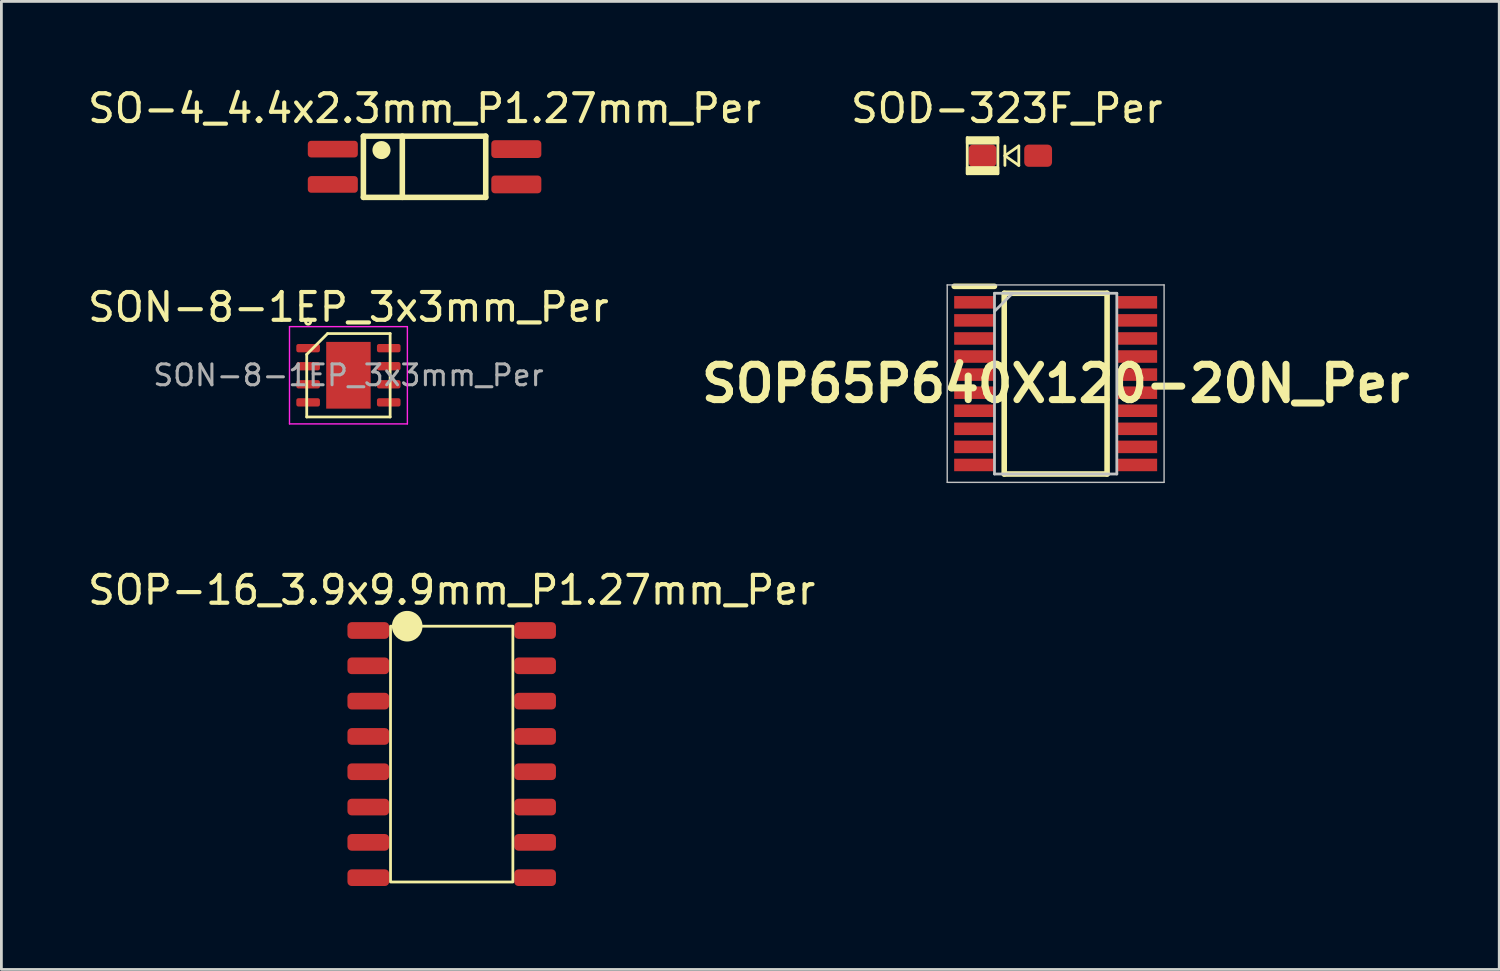
<source format=kicad_pcb>
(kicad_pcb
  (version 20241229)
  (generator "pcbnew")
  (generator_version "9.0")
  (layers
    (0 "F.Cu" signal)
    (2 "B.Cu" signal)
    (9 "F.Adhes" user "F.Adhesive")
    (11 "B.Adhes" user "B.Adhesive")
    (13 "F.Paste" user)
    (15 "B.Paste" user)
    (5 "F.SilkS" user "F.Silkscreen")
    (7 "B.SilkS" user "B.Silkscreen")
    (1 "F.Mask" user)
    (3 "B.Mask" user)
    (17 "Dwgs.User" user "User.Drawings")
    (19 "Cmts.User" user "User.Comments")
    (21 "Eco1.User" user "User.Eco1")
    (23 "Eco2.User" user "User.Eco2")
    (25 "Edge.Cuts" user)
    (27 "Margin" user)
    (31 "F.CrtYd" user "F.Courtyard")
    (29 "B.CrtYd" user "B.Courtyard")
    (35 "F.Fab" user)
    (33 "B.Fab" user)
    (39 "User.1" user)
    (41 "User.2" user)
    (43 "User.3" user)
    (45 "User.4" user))
  (footprint "SOP65P640X120-20N_Per"
    (layer "F.Cu")
    (at 34.918 10.748)
    (property "Reference" "SOP65P640X120-20N_Per" (at 0 0 0) (layer "F.SilkS") (effects (font (size 1.27 1.27) (thickness 0.254))))
    (attr smd)
    (fp_line (start -3.65 -3.5) (end -2.2 -3.5) (stroke (width 0.2) (type solid)) (layer "F.SilkS"))
    (fp_line (start -1.85 -3.25) (end 1.85 -3.25) (stroke (width 0.2) (type solid)) (layer "F.SilkS"))
    (fp_line (start -1.85 3.25) (end -1.85 -3.25) (stroke (width 0.2) (type solid)) (layer "F.SilkS"))
    (fp_line (start 1.85 -3.25) (end 1.85 3.25) (stroke (width 0.2) (type solid)) (layer "F.SilkS"))
    (fp_line (start 1.85 3.25) (end -1.85 3.25) (stroke (width 0.2) (type solid)) (layer "F.SilkS"))
    (fp_line (start -3.9 -3.55) (end 3.9 -3.55) (stroke (width 0.05) (type solid)) (layer "Dwgs.User"))
    (fp_line (start -3.9 3.55) (end -3.9 -3.55) (stroke (width 0.05) (type solid)) (layer "Dwgs.User"))
    (fp_line (start -2.2 -3.25) (end 2.2 -3.25) (stroke (width 0.1) (type solid)) (layer "Dwgs.User"))
    (fp_line (start -2.2 -2.6) (end -1.55 -3.25) (stroke (width 0.1) (type solid)) (layer "Dwgs.User"))
    (fp_line (start -2.2 3.25) (end -2.2 -3.25) (stroke (width 0.1) (type solid)) (layer "Dwgs.User"))
    (fp_line (start 2.2 -3.25) (end 2.2 3.25) (stroke (width 0.1) (type solid)) (layer "Dwgs.User"))
    (fp_line (start 2.2 3.25) (end -2.2 3.25) (stroke (width 0.1) (type solid)) (layer "Dwgs.User"))
    (fp_line (start 3.9 -3.55) (end 3.9 3.55) (stroke (width 0.05) (type solid)) (layer "Dwgs.User"))
    (fp_line (start 3.9 3.55) (end -3.9 3.55) (stroke (width 0.05) (type solid)) (layer "Dwgs.User"))
    (pad "1" smd rect (at -2.925 -2.925 90) (size 0.45 1.45) (layers "F.Cu" "F.Mask" "F.Paste"))
    (pad "2" smd rect (at -2.925 -2.275 90) (size 0.45 1.45) (layers "F.Cu" "F.Mask" "F.Paste"))
    (pad "3" smd rect (at -2.925 -1.625 90) (size 0.45 1.45) (layers "F.Cu" "F.Mask" "F.Paste"))
    (pad "4" smd rect (at -2.925 -0.975 90) (size 0.45 1.45) (layers "F.Cu" "F.Mask" "F.Paste"))
    (pad "5" smd rect (at -2.925 -0.325 90) (size 0.45 1.45) (layers "F.Cu" "F.Mask" "F.Paste"))
    (pad "6" smd rect (at -2.925 0.325 90) (size 0.45 1.45) (layers "F.Cu" "F.Mask" "F.Paste"))
    (pad "7" smd rect (at -2.925 0.975 90) (size 0.45 1.45) (layers "F.Cu" "F.Mask" "F.Paste"))
    (pad "8" smd rect (at -2.925 1.625 90) (size 0.45 1.45) (layers "F.Cu" "F.Mask" "F.Paste"))
    (pad "9" smd rect (at -2.925 2.275 90) (size 0.45 1.45) (layers "F.Cu" "F.Mask" "F.Paste"))
    (pad "10" smd rect (at -2.925 2.925 90) (size 0.45 1.45) (layers "F.Cu" "F.Mask" "F.Paste"))
    (pad "11" smd rect (at 2.925 2.925 90) (size 0.45 1.45) (layers "F.Cu" "F.Mask" "F.Paste"))
    (pad "12" smd rect (at 2.925 2.275 90) (size 0.45 1.45) (layers "F.Cu" "F.Mask" "F.Paste"))
    (pad "13" smd rect (at 2.925 1.625 90) (size 0.45 1.45) (layers "F.Cu" "F.Mask" "F.Paste"))
    (pad "14" smd rect (at 2.925 0.975 90) (size 0.45 1.45) (layers "F.Cu" "F.Mask" "F.Paste"))
    (pad "15" smd rect (at 2.925 0.325 90) (size 0.45 1.45) (layers "F.Cu" "F.Mask" "F.Paste"))
    (pad "16" smd rect (at 2.925 -0.325 90) (size 0.45 1.45) (layers "F.Cu" "F.Mask" "F.Paste"))
    (pad "17" smd rect (at 2.925 -0.975 90) (size 0.45 1.45) (layers "F.Cu" "F.Mask" "F.Paste"))
    (pad "18" smd rect (at 2.925 -1.625 90) (size 0.45 1.45) (layers "F.Cu" "F.Mask" "F.Paste"))
    (pad "19" smd rect (at 2.925 -2.275 90) (size 0.45 1.45) (layers "F.Cu" "F.Mask" "F.Paste"))
    (pad "20" smd rect (at 2.925 -2.925 90) (size 0.45 1.45) (layers "F.Cu" "F.Mask" "F.Paste")))
  (footprint "SOD-323F_Per"
    (layer "F.Cu")
    (at 33.288 2.55)
    (property "Reference" "SOD-323F_Per" (at -0.127 -1.702 0) (unlocked yes) (layer "F.SilkS") (effects (font (size 1 1) (thickness 0.15))))
    (attr smd)
    (fp_line (start -1.55 -0.649) (end -1.55 0.649) (stroke (width 0.1) (type solid)) (layer "F.SilkS"))
    (fp_line (start -0.448 -0.649) (end -0.448 0.649) (stroke (width 0.1) (type solid)) (layer "F.SilkS"))
    (fp_line (start -0.195 -0.35) (end -0.195 0.35) (stroke (width 0.1) (type solid)) (layer "F.SilkS"))
    (fp_line (start -0.195 0) (end 0.305 -0.35) (stroke (width 0.1) (type solid)) (layer "F.SilkS"))
    (fp_line (start 0.305 -0.35) (end 0.305 0.35) (stroke (width 0.1) (type solid)) (layer "F.SilkS"))
    (fp_line (start 0.305 0.35) (end -0.195 0) (stroke (width 0.1) (type solid)) (layer "F.SilkS"))
    (fp_rect (start -1.55 -0.649) (end -0.448 -0.452) (stroke (width 0.1) (type solid)) (fill yes) (layer "F.SilkS"))
    (fp_rect (start -1.55 0.426) (end -0.448 0.649) (stroke (width 0.1) (type solid)) (fill yes) (layer "F.SilkS"))
    (pad "1" smd roundrect (at -1 0) (size 1 0.8) (layers "F.Cu" "F.Mask" "F.Paste") (roundrect_rratio 0.2))
    (pad "2" smd roundrect (at 1 0) (size 1 0.8) (layers "F.Cu" "F.Mask" "F.Paste") (roundrect_rratio 0.2)))
  (footprint "SOP-16_3.9x9.9mm_P1.27mm_Per"
    (layer "F.Cu")
    (at 13.196 24.072)
    (property "Reference" "SOP-16_3.9x9.9mm_P1.27mm_Per" (at 0 -5.9 0) (layer "F.SilkS") (effects (font (size 1 1) (thickness 0.15))))
    (attr smd)
    (fp_rect (start -2.2 -4.6) (end 2.2 4.6) (stroke (width 0.1) (type default)) (fill no) (layer "F.SilkS"))
    (fp_circle (center -1.6 -4.6) (end -1.1 -4.6) (stroke (width 0.1) (type solid)) (fill yes) (layer "F.SilkS"))
    (pad "1" smd roundrect (at -3 -4.445) (size 1.5 0.6) (layers "F.Cu" "F.Mask" "F.Paste") (roundrect_rratio 0.25))
    (pad "2" smd roundrect (at -3 -3.175) (size 1.5 0.6) (layers "F.Cu" "F.Mask" "F.Paste") (roundrect_rratio 0.25))
    (pad "3" smd roundrect (at -3 -1.905) (size 1.5 0.6) (layers "F.Cu" "F.Mask" "F.Paste") (roundrect_rratio 0.25))
    (pad "4" smd roundrect (at -3 -0.635) (size 1.5 0.6) (layers "F.Cu" "F.Mask" "F.Paste") (roundrect_rratio 0.25))
    (pad "5" smd roundrect (at -3 0.635) (size 1.5 0.6) (layers "F.Cu" "F.Mask" "F.Paste") (roundrect_rratio 0.25))
    (pad "6" smd roundrect (at -3 1.905) (size 1.5 0.6) (layers "F.Cu" "F.Mask" "F.Paste") (roundrect_rratio 0.25))
    (pad "7" smd roundrect (at -3 3.175) (size 1.5 0.6) (layers "F.Cu" "F.Mask" "F.Paste") (roundrect_rratio 0.25))
    (pad "8" smd roundrect (at -3 4.445) (size 1.5 0.6) (layers "F.Cu" "F.Mask" "F.Paste") (roundrect_rratio 0.25))
    (pad "9" smd roundrect (at 3 4.445) (size 1.5 0.6) (layers "F.Cu" "F.Mask" "F.Paste") (roundrect_rratio 0.25))
    (pad "10" smd roundrect (at 3 3.175) (size 1.5 0.6) (layers "F.Cu" "F.Mask" "F.Paste") (roundrect_rratio 0.25))
    (pad "11" smd roundrect (at 3 1.905) (size 1.5 0.6) (layers "F.Cu" "F.Mask" "F.Paste") (roundrect_rratio 0.25))
    (pad "12" smd roundrect (at 3 0.635) (size 1.5 0.6) (layers "F.Cu" "F.Mask" "F.Paste") (roundrect_rratio 0.25))
    (pad "13" smd roundrect (at 3 -0.635) (size 1.5 0.6) (layers "F.Cu" "F.Mask" "F.Paste") (roundrect_rratio 0.25))
    (pad "14" smd roundrect (at 3 -1.905) (size 1.5 0.6) (layers "F.Cu" "F.Mask" "F.Paste") (roundrect_rratio 0.25))
    (pad "15" smd roundrect (at 3 -3.175) (size 1.5 0.6) (layers "F.Cu" "F.Mask" "F.Paste") (roundrect_rratio 0.25))
    (pad "16" smd roundrect (at 3 -4.445) (size 1.5 0.6) (layers "F.Cu" "F.Mask" "F.Paste") (roundrect_rratio 0.25)))
  (footprint "SO-4_4.4x2.3mm_P1.27mm_Per"
    (layer "F.Cu")
    (at 12.22 2.948)
    (property "Reference" "SO-4_4.4x2.3mm_P1.27mm_Per" (at 0 -2.1 0) (layer "F.SilkS") (effects (font (size 1 1) (thickness 0.15))))
    (attr smd)
    (fp_line (start -2.2 1.1) (end -2.2 -1.1) (stroke (width 0.2) (type solid)) (layer "F.SilkS"))
    (fp_line (start -0.8 1.1) (end -0.8 -1.1) (stroke (width 0.2) (type solid)) (layer "F.SilkS"))
    (fp_line (start 2.2 -1.1) (end -2.2 -1.1) (stroke (width 0.2) (type solid)) (layer "F.SilkS"))
    (fp_line (start 2.2 1.1) (end -2.2 1.1) (stroke (width 0.2) (type solid)) (layer "F.SilkS"))
    (fp_line (start 2.2 1.1) (end 2.2 -1.1) (stroke (width 0.2) (type solid)) (layer "F.SilkS"))
    (fp_circle (center -1.55 -0.6) (end -1.35 -0.6) (stroke (width 0.25) (type solid)) (fill yes) (layer "F.SilkS"))
    (fp_line (start 0 0.5) (end 0 -0.5) (stroke (width 0.1) (type solid)) (layer "User.1"))
    (fp_line (start 0.5 0) (end -0.5 0) (stroke (width 0.1) (type solid)) (layer "User.1"))
    (pad "1" smd roundrect (at -3.3 -0.635) (size 1.8 0.6) (layers "F.Cu" "F.Mask" "F.Paste") (roundrect_rratio 0.2))
    (pad "2" smd roundrect (at -3.3 0.635) (size 1.8 0.6) (layers "F.Cu" "F.Mask" "F.Paste") (roundrect_rratio 0.2))
    (pad "3" smd roundrect (at 3.3 0.635) (size 1.8 0.64) (layers "F.Cu" "F.Mask" "F.Paste") (roundrect_rratio 0.2))
    (pad "4" smd roundrect (at 3.3 -0.635) (size 1.8 0.64) (layers "F.Cu" "F.Mask" "F.Paste") (roundrect_rratio 0.2)))
  (footprint "SON-8-1EP_3x3mm_Per"
    (layer "F.Cu")
    (at 9.482 10.447)
    (property "Reference" "SON-8-1EP_3x3mm_Per" (at 0 -2.45 0) (layer "F.SilkS") (effects (font (size 1 1) (thickness 0.15))))
    (attr smd)
    (fp_line (start -1.5 -0.75) (end -0.75 -1.5) (stroke (width 0.1) (type solid)) (layer "F.SilkS"))
    (fp_line (start -1.5 1.5) (end -1.5 -0.75) (stroke (width 0.1) (type solid)) (layer "F.SilkS"))
    (fp_line (start -0.75 -1.5) (end 1.5 -1.5) (stroke (width 0.1) (type solid)) (layer "F.SilkS"))
    (fp_line (start 1.5 -1.5) (end 1.5 1.5) (stroke (width 0.1) (type solid)) (layer "F.SilkS"))
    (fp_line (start 1.5 1.5) (end -1.5 1.5) (stroke (width 0.1) (type solid)) (layer "F.SilkS"))
    (fp_circle (center -1.45 -1.93) (end -1.43 -1.89) (stroke (width 0.1) (type default)) (fill no) (layer "F.SilkS"))
    (fp_line (start -2.12 -1.75) (end -2.12 1.75) (stroke (width 0.05) (type solid)) (layer "F.CrtYd"))
    (fp_line (start -2.12 1.75) (end 2.12 1.75) (stroke (width 0.05) (type solid)) (layer "F.CrtYd"))
    (fp_line (start 2.12 -1.75) (end -2.12 -1.75) (stroke (width 0.05) (type solid)) (layer "F.CrtYd"))
    (fp_line (start 2.12 1.75) (end 2.12 -1.75) (stroke (width 0.05) (type solid)) (layer "F.CrtYd"))
    (fp_text user "${REFERENCE}" (at 0 0 0) (layer "F.Fab") (effects (font (size 0.75 0.75) (thickness 0.11))))
    (pad "" smd roundrect (at -0.4 -0.6) (size 0.64 0.97) (layers "F.Paste") (roundrect_rratio 0.25))
    (pad "" smd roundrect (at -0.4 0.6) (size 0.64 0.97) (layers "F.Paste") (roundrect_rratio 0.25))
    (pad "" smd roundrect (at 0.4 -0.6) (size 0.64 0.97) (layers "F.Paste") (roundrect_rratio 0.25))
    (pad "" smd roundrect (at 0.4 0.6) (size 0.64 0.97) (layers "F.Paste") (roundrect_rratio 0.25))
    (pad "1" smd roundrect (at -1.45 -0.975) (size 0.85 0.3) (layers "F.Cu" "F.Mask" "F.Paste") (roundrect_rratio 0.25))
    (pad "2" smd roundrect (at -1.45 -0.325) (size 0.85 0.3) (layers "F.Cu" "F.Mask" "F.Paste") (roundrect_rratio 0.25))
    (pad "3" smd roundrect (at -1.45 0.325) (size 0.85 0.3) (layers "F.Cu" "F.Mask" "F.Paste") (roundrect_rratio 0.25))
    (pad "4" smd roundrect (at -1.45 0.975) (size 0.85 0.3) (layers "F.Cu" "F.Mask" "F.Paste") (roundrect_rratio 0.25))
    (pad "5" smd roundrect (at 1.45 0.975) (size 0.85 0.3) (layers "F.Cu" "F.Mask" "F.Paste") (roundrect_rratio 0.25))
    (pad "6" smd roundrect (at 1.45 0.325) (size 0.85 0.3) (layers "F.Cu" "F.Mask" "F.Paste") (roundrect_rratio 0.25))
    (pad "7" smd roundrect (at 1.45 -0.325) (size 0.85 0.3) (layers "F.Cu" "F.Mask" "F.Paste") (roundrect_rratio 0.25))
    (pad "8" smd roundrect (at 1.45 -0.975) (size 0.85 0.3) (layers "F.Cu" "F.Mask" "F.Paste") (roundrect_rratio 0.25))
    (pad "9" smd rect (at 0 0) (size 1.6 2.4) (layers "F.Cu" "F.Mask")))
  (gr_rect
    (start -3 -3)
    (end 50.872 31.817)
    (stroke (width 0.1) (type default))
    (fill no)
    (layer "Edge.Cuts")))
</source>
